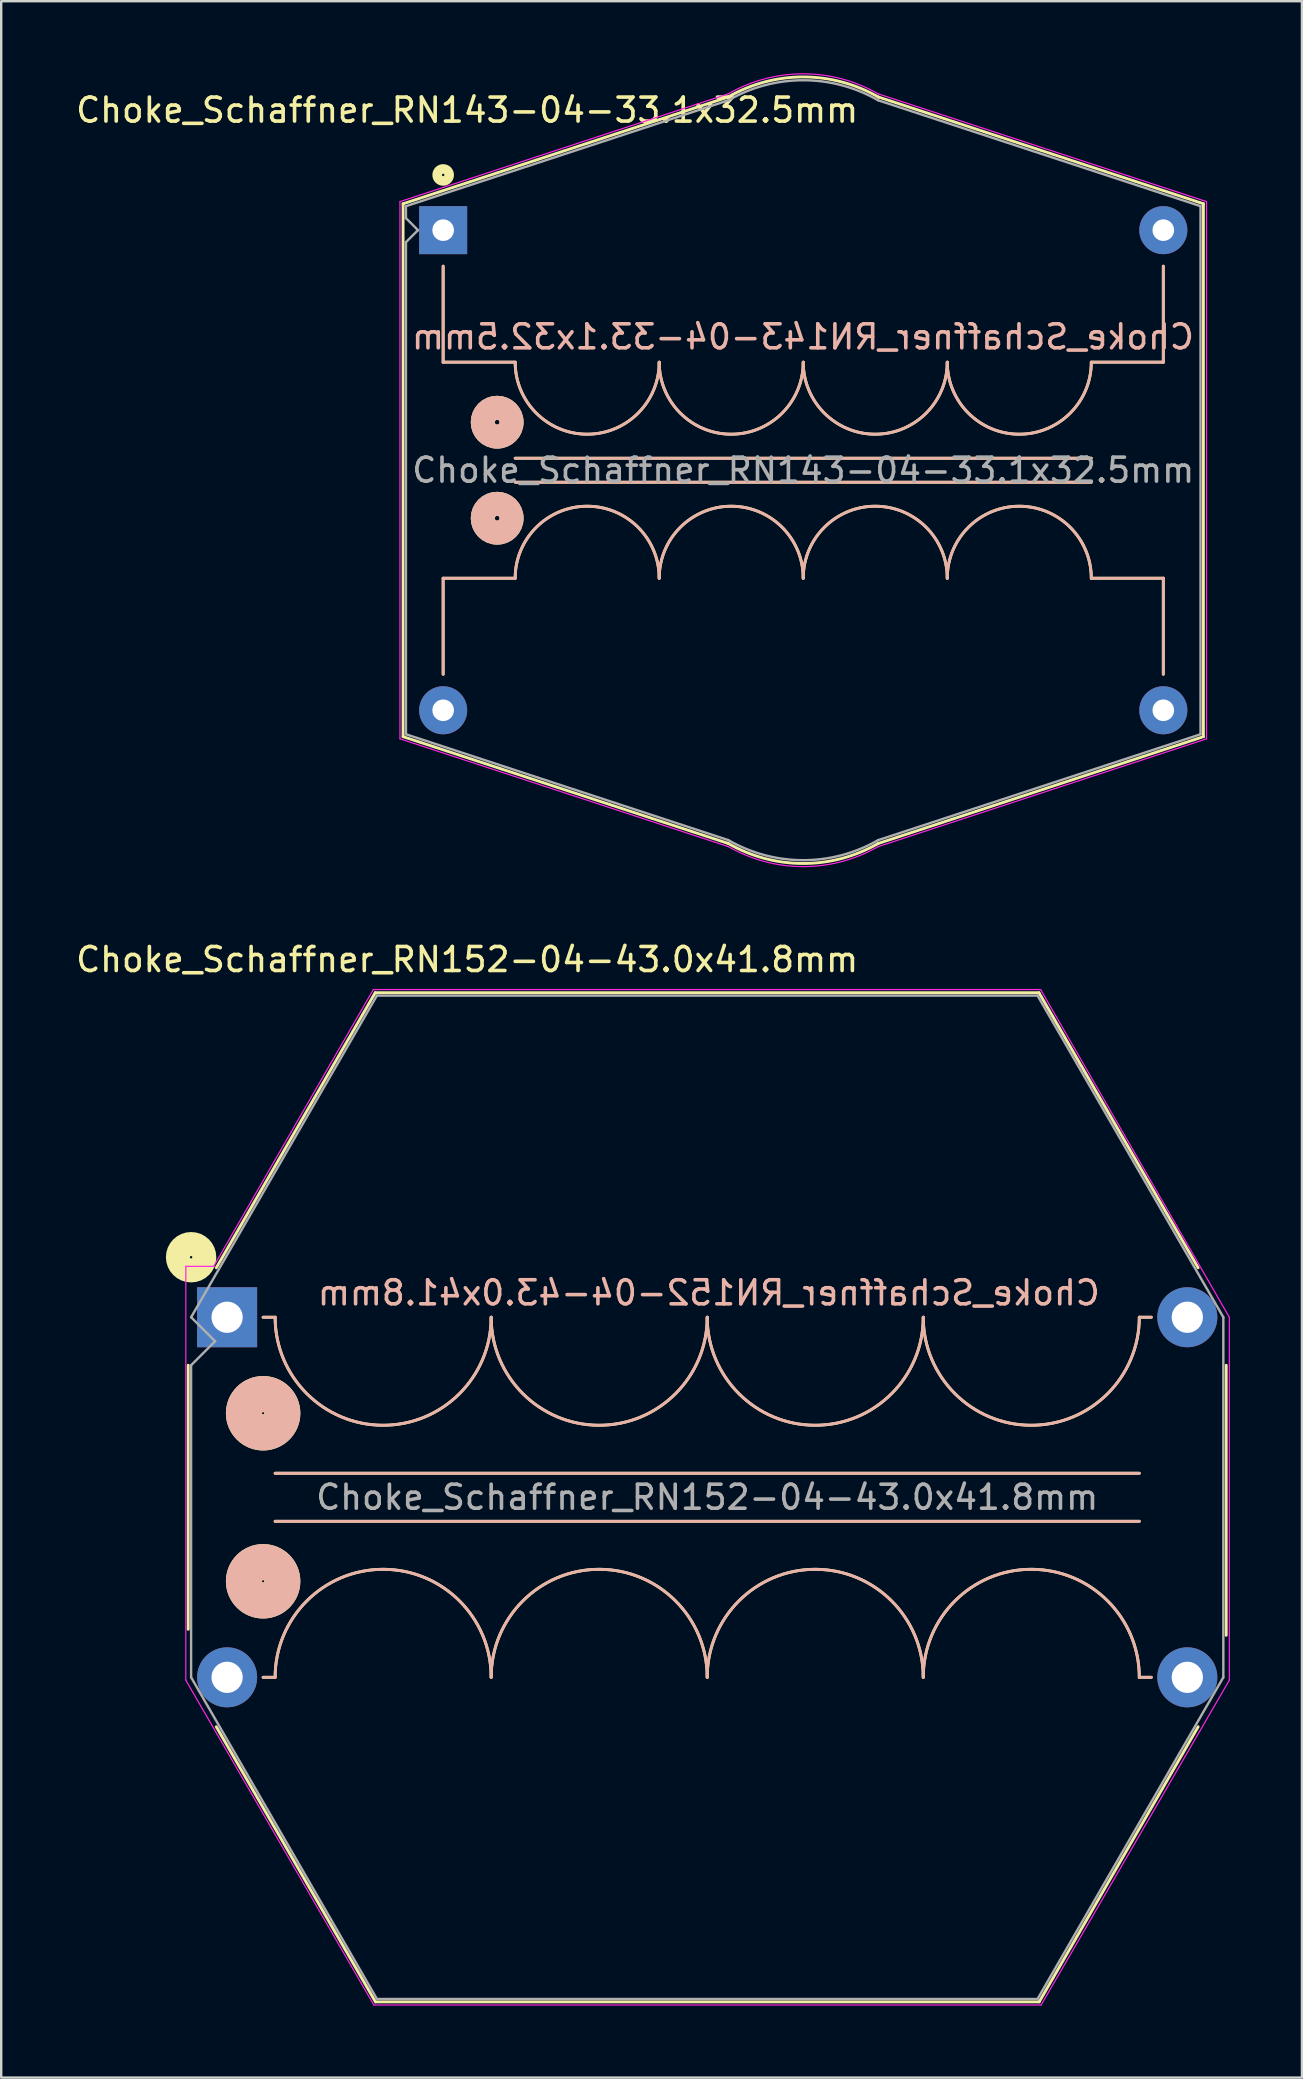
<source format=kicad_pcb>
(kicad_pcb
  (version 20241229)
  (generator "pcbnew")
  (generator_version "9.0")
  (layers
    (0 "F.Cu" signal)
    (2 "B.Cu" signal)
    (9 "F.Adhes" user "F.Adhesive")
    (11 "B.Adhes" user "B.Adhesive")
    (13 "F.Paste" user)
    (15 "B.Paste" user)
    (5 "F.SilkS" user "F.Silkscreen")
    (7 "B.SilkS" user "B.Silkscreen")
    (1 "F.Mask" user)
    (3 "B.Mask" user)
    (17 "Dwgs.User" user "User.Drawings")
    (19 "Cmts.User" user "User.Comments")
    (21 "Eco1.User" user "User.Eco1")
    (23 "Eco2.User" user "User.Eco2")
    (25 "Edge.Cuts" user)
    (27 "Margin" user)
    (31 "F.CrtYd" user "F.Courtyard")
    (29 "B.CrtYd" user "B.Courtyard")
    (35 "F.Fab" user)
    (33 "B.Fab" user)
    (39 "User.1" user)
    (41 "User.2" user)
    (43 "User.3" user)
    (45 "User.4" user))
  (footprint "Choke_Schaffner_RN143-04-33.1x32.5mm"
    (layer "F.Cu")
    (at 15.411 6.538)
    (property "Reference" "Choke_Schaffner_RN143-04-33.1x32.5mm" (at 1 -5 0) (layer "F.SilkS") (effects (font (size 1 1) (thickness 0.15))))
    (fp_line (start -1.67 -1.1) (end 11.88 -5.55) (stroke (width 0.12) (type solid)) (layer "F.SilkS"))
    (fp_line (start -1.67 21.1) (end -1.67 -1.1) (stroke (width 0.12) (type solid)) (layer "F.SilkS"))
    (fp_line (start 0 5.5) (end 0 1.5) (stroke (width 0.12) (type solid)) (layer "F.SilkS"))
    (fp_line (start 0 14.5) (end 0 18.5) (stroke (width 0.12) (type solid)) (layer "F.SilkS"))
    (fp_line (start 3 5.5) (end 0 5.5) (stroke (width 0.12) (type solid)) (layer "F.SilkS"))
    (fp_line (start 3 9.5) (end 27 9.5) (stroke (width 0.12) (type solid)) (layer "F.SilkS"))
    (fp_line (start 3 14.5) (end 0 14.5) (stroke (width 0.12) (type solid)) (layer "F.SilkS"))
    (fp_line (start 11.88 25.55) (end -1.67 21.1) (stroke (width 0.12) (type solid)) (layer "F.SilkS"))
    (fp_line (start 18.12 -5.55) (end 31.67 -1.1) (stroke (width 0.12) (type solid)) (layer "F.SilkS"))
    (fp_line (start 27 5.5) (end 30 5.5) (stroke (width 0.12) (type solid)) (layer "F.SilkS"))
    (fp_line (start 27 10.5) (end 3 10.5) (stroke (width 0.12) (type solid)) (layer "F.SilkS"))
    (fp_line (start 27 14.5) (end 30 14.5) (stroke (width 0.12) (type solid)) (layer "F.SilkS"))
    (fp_line (start 30 5.5) (end 30 1.5) (stroke (width 0.12) (type solid)) (layer "F.SilkS"))
    (fp_line (start 30 14.5) (end 30 18.5) (stroke (width 0.12) (type solid)) (layer "F.SilkS"))
    (fp_line (start 31.67 -1.1) (end 31.67 21.1) (stroke (width 0.12) (type solid)) (layer "F.SilkS"))
    (fp_line (start 31.67 21.1) (end 18.12 25.55) (stroke (width 0.12) (type solid)) (layer "F.SilkS"))
    (fp_arc (start 3 14.5) (mid 6 11.5) (end 9 14.5) (stroke (width 0.12) (type solid)) (layer "F.SilkS"))
    (fp_arc (start 9 5.5) (mid 6 8.5) (end 3 5.5) (stroke (width 0.12) (type solid)) (layer "F.SilkS"))
    (fp_arc (start 9 14.5) (mid 12 11.5) (end 15 14.5) (stroke (width 0.12) (type solid)) (layer "F.SilkS"))
    (fp_arc (start 11.88 -5.55) (mid 15.013001 -6.382518) (end 18.142518 -5.536999) (stroke (width 0.12) (type solid)) (layer "F.SilkS"))
    (fp_arc (start 15 5.5) (mid 12 8.5) (end 9 5.5) (stroke (width 0.12) (type solid)) (layer "F.SilkS"))
    (fp_arc (start 15 14.5) (mid 18 11.5) (end 21 14.5) (stroke (width 0.12) (type solid)) (layer "F.SilkS"))
    (fp_arc (start 18.12 25.55) (mid 14.986999 26.382518) (end 11.857482 25.536999) (stroke (width 0.12) (type solid)) (layer "F.SilkS"))
    (fp_arc (start 21 5.5) (mid 18 8.5) (end 15 5.5) (stroke (width 0.12) (type solid)) (layer "F.SilkS"))
    (fp_arc (start 21 14.5) (mid 24 11.5) (end 27 14.5) (stroke (width 0.12) (type solid)) (layer "F.SilkS"))
    (fp_arc (start 27 5.5) (mid 24 8.5) (end 21 5.5) (stroke (width 0.12) (type solid)) (layer "F.SilkS"))
    (fp_circle (center 0 -2.3) (end 0.05 -2.3) (stroke (width 0.4) (type solid)) (fill no) (layer "F.SilkS"))
    (fp_circle (center 2.25 8) (end 2.35 8) (stroke (width 1) (type solid)) (fill no) (layer "F.SilkS"))
    (fp_circle (center 2.25 12) (end 2.35 12) (stroke (width 1) (type solid)) (fill no) (layer "F.SilkS"))
    (fp_line (start 0 5.5) (end 0 1.5) (stroke (width 0.12) (type solid)) (layer "B.SilkS"))
    (fp_line (start 0 14.5) (end 0 18.5) (stroke (width 0.12) (type solid)) (layer "B.SilkS"))
    (fp_line (start 3 5.5) (end 0 5.5) (stroke (width 0.12) (type solid)) (layer "B.SilkS"))
    (fp_line (start 3 10.5) (end 27 10.5) (stroke (width 0.12) (type solid)) (layer "B.SilkS"))
    (fp_line (start 3 14.5) (end 0 14.5) (stroke (width 0.12) (type solid)) (layer "B.SilkS"))
    (fp_line (start 27 5.5) (end 30 5.5) (stroke (width 0.12) (type solid)) (layer "B.SilkS"))
    (fp_line (start 27 9.5) (end 3 9.5) (stroke (width 0.12) (type solid)) (layer "B.SilkS"))
    (fp_line (start 27 14.5) (end 30 14.5) (stroke (width 0.12) (type solid)) (layer "B.SilkS"))
    (fp_line (start 30 5.5) (end 30 1.5) (stroke (width 0.12) (type solid)) (layer "B.SilkS"))
    (fp_line (start 30 14.5) (end 30 18.5) (stroke (width 0.12) (type solid)) (layer "B.SilkS"))
    (fp_arc (start 3 14.5) (mid 6 11.5) (end 9 14.5) (stroke (width 0.12) (type solid)) (layer "B.SilkS"))
    (fp_arc (start 9 5.5) (mid 6 8.5) (end 3 5.5) (stroke (width 0.12) (type solid)) (layer "B.SilkS"))
    (fp_arc (start 9 14.5) (mid 12 11.5) (end 15 14.5) (stroke (width 0.12) (type solid)) (layer "B.SilkS"))
    (fp_arc (start 15 5.5) (mid 12 8.5) (end 9 5.5) (stroke (width 0.12) (type solid)) (layer "B.SilkS"))
    (fp_arc (start 15 14.5) (mid 18 11.5) (end 21 14.5) (stroke (width 0.12) (type solid)) (layer "B.SilkS"))
    (fp_arc (start 21 5.5) (mid 18 8.5) (end 15 5.5) (stroke (width 0.12) (type solid)) (layer "B.SilkS"))
    (fp_arc (start 21 14.5) (mid 24 11.5) (end 27 14.5) (stroke (width 0.12) (type solid)) (layer "B.SilkS"))
    (fp_arc (start 27 5.5) (mid 24 8.5) (end 21 5.5) (stroke (width 0.12) (type solid)) (layer "B.SilkS"))
    (fp_circle (center 2.25 8) (end 2.35 8) (stroke (width 1) (type solid)) (fill no) (layer "B.SilkS"))
    (fp_circle (center 2.25 12) (end 2.35 12) (stroke (width 1) (type solid)) (fill no) (layer "B.SilkS"))
    (fp_line (start -1.8 -1.19) (end 11.88 -5.68) (stroke (width 0.05) (type solid)) (layer "F.CrtYd"))
    (fp_line (start -1.8 21.19) (end -1.8 -1.19) (stroke (width 0.05) (type solid)) (layer "F.CrtYd"))
    (fp_line (start 11.88 25.68) (end -1.8 21.19) (stroke (width 0.05) (type solid)) (layer "F.CrtYd"))
    (fp_line (start 18.12 -5.68) (end 31.8 -1.19) (stroke (width 0.05) (type solid)) (layer "F.CrtYd"))
    (fp_line (start 31.8 -1.19) (end 31.8 21.19) (stroke (width 0.05) (type solid)) (layer "F.CrtYd"))
    (fp_line (start 31.8 21.19) (end 18.12 25.68) (stroke (width 0.05) (type solid)) (layer "F.CrtYd"))
    (fp_arc (start 11.88 -5.68) (mid 15.013001 -6.512518) (end 18.142518 -5.666999) (stroke (width 0.05) (type solid)) (layer "F.CrtYd"))
    (fp_arc (start 18.12 25.68) (mid 14.986999 26.512518) (end 11.857482 25.666999) (stroke (width 0.05) (type solid)) (layer "F.CrtYd"))
    (fp_line (start -1.55 -1) (end 11.88 -5.41) (stroke (width 0.1) (type solid)) (layer "F.Fab"))
    (fp_line (start -1.55 -0.5) (end -1.55 -1) (stroke (width 0.1) (type solid)) (layer "F.Fab"))
    (fp_line (start -1.55 0.5) (end -1.05 0) (stroke (width 0.1) (type solid)) (layer "F.Fab"))
    (fp_line (start -1.55 21) (end -1.55 0.5) (stroke (width 0.1) (type solid)) (layer "F.Fab"))
    (fp_line (start -1.05 0) (end -1.55 -0.5) (stroke (width 0.1) (type solid)) (layer "F.Fab"))
    (fp_line (start 11.88 25.41) (end -1.55 21) (stroke (width 0.1) (type solid)) (layer "F.Fab"))
    (fp_line (start 18.12 -5.41) (end 31.55 -1) (stroke (width 0.1) (type solid)) (layer "F.Fab"))
    (fp_line (start 31.55 -1) (end 31.55 21) (stroke (width 0.1) (type solid)) (layer "F.Fab"))
    (fp_line (start 31.55 21) (end 18.12 25.41) (stroke (width 0.1) (type solid)) (layer "F.Fab"))
    (fp_arc (start 11.88 -5.41) (mid 15.003001 -6.245197) (end 18.125197 -5.406999) (stroke (width 0.1) (type solid)) (layer "F.Fab"))
    (fp_arc (start 18.12 25.41) (mid 14.996999 26.245197) (end 11.874803 25.406999) (stroke (width 0.1) (type solid)) (layer "F.Fab"))
    (fp_text user "${REFERENCE}" (at 14.986 4.445 0) (layer "B.SilkS") (effects (font (size 1 1) (thickness 0.15)) (justify mirror)))
    (fp_text user "${REFERENCE}" (at 15 10 0) (layer "F.Fab") (effects (font (size 1 1) (thickness 0.15))))
    (pad "1" thru_hole rect (at 0 0) (size 2 2) (drill 0.9) (layers "*.Cu" "*.Mask"))
    (pad "2" thru_hole circle (at 30 0) (size 2 2) (drill 0.9) (layers "*.Cu" "*.Mask"))
    (pad "3" thru_hole circle (at 0 20) (size 2 2) (drill 0.9) (layers "*.Cu" "*.Mask"))
    (pad "4" thru_hole circle (at 30 20) (size 2 2) (drill 0.9) (layers "*.Cu" "*.Mask")))
  (footprint "Choke_Schaffner_RN152-04-43.0x41.8mm"
    (layer "F.Cu")
    (at 6.411 51.823)
    (property "Reference" "Choke_Schaffner_RN152-04-43.0x41.8mm" (at 10 -14.9 0) (layer "F.SilkS") (effects (font (size 1 1) (thickness 0.15))))
    (fp_line (start -1.62 13) (end -1.62 2) (stroke (width 0.12) (type solid)) (layer "F.SilkS"))
    (fp_line (start -0.45 -2.06) (end 6.17 -13.52) (stroke (width 0.12) (type solid)) (layer "F.SilkS"))
    (fp_line (start 2 0) (end 1.5 0) (stroke (width 0.12) (type solid)) (layer "F.SilkS"))
    (fp_line (start 2 8.5) (end 38 8.5) (stroke (width 0.12) (type solid)) (layer "F.SilkS"))
    (fp_line (start 2 15) (end 1.5 15) (stroke (width 0.12) (type solid)) (layer "F.SilkS"))
    (fp_line (start 6.17 -13.52) (end 33.82 -13.52) (stroke (width 0.12) (type solid)) (layer "F.SilkS"))
    (fp_line (start 6.18 28.52) (end -0.45 17.06) (stroke (width 0.12) (type solid)) (layer "F.SilkS"))
    (fp_line (start 33.82 -13.52) (end 40.45 -2.06) (stroke (width 0.12) (type solid)) (layer "F.SilkS"))
    (fp_line (start 33.83 28.52) (end 6.18 28.52) (stroke (width 0.12) (type solid)) (layer "F.SilkS"))
    (fp_line (start 38 0) (end 38.5 0) (stroke (width 0.12) (type solid)) (layer "F.SilkS"))
    (fp_line (start 38 6.5) (end 2 6.5) (stroke (width 0.12) (type solid)) (layer "F.SilkS"))
    (fp_line (start 38 15) (end 38.5 15) (stroke (width 0.12) (type solid)) (layer "F.SilkS"))
    (fp_line (start 40.45 17.06) (end 33.83 28.52) (stroke (width 0.12) (type solid)) (layer "F.SilkS"))
    (fp_line (start 41.62 2) (end 41.62 13.25) (stroke (width 0.12) (type solid)) (layer "F.SilkS"))
    (fp_arc (start 2 15) (mid 6.5 10.5) (end 11 15) (stroke (width 0.12) (type solid)) (layer "F.SilkS"))
    (fp_arc (start 11 0) (mid 6.5 4.5) (end 2 0) (stroke (width 0.12) (type solid)) (layer "F.SilkS"))
    (fp_arc (start 11 15) (mid 15.5 10.5) (end 20 15) (stroke (width 0.12) (type solid)) (layer "F.SilkS"))
    (fp_arc (start 20 0) (mid 15.5 4.5) (end 11 0) (stroke (width 0.12) (type solid)) (layer "F.SilkS"))
    (fp_arc (start 20 15) (mid 24.5 10.5) (end 29 15) (stroke (width 0.12) (type solid)) (layer "F.SilkS"))
    (fp_arc (start 29 0) (mid 24.5 4.5) (end 20 0) (stroke (width 0.12) (type solid)) (layer "F.SilkS"))
    (fp_arc (start 29 15) (mid 33.5 10.5) (end 38 15) (stroke (width 0.12) (type solid)) (layer "F.SilkS"))
    (fp_arc (start 38 0) (mid 33.5 4.5) (end 29 0) (stroke (width 0.12) (type solid)) (layer "F.SilkS"))
    (fp_circle (center -1.5 -2.5) (end -1.45 -2.5) (stroke (width 1) (type solid)) (fill no) (layer "F.SilkS"))
    (fp_circle (center 1.5 4) (end 1.55 4) (stroke (width 1.5) (type solid)) (fill no) (layer "F.SilkS"))
    (fp_circle (center 1.5 11) (end 1.55 11) (stroke (width 1.5) (type solid)) (fill no) (layer "F.SilkS"))
    (fp_line (start 2 0) (end 1.5 0) (stroke (width 0.12) (type solid)) (layer "B.SilkS"))
    (fp_line (start 2 6.5) (end 38 6.5) (stroke (width 0.12) (type solid)) (layer "B.SilkS"))
    (fp_line (start 2 15) (end 1.5 15) (stroke (width 0.12) (type solid)) (layer "B.SilkS"))
    (fp_line (start 38 0) (end 38.5 0) (stroke (width 0.12) (type solid)) (layer "B.SilkS"))
    (fp_line (start 38 8.5) (end 2 8.5) (stroke (width 0.12) (type solid)) (layer "B.SilkS"))
    (fp_line (start 38 15) (end 38.5 15) (stroke (width 0.12) (type solid)) (layer "B.SilkS"))
    (fp_arc (start 2 15) (mid 6.5 10.5) (end 11 15) (stroke (width 0.12) (type solid)) (layer "B.SilkS"))
    (fp_arc (start 11 0) (mid 6.5 4.5) (end 2 0) (stroke (width 0.12) (type solid)) (layer "B.SilkS"))
    (fp_arc (start 11 15) (mid 15.5 10.5) (end 20 15) (stroke (width 0.12) (type solid)) (layer "B.SilkS"))
    (fp_arc (start 20 0) (mid 15.5 4.5) (end 11 0) (stroke (width 0.12) (type solid)) (layer "B.SilkS"))
    (fp_arc (start 20 15) (mid 24.5 10.5) (end 29 15) (stroke (width 0.12) (type solid)) (layer "B.SilkS"))
    (fp_arc (start 29 0) (mid 24.5 4.5) (end 20 0) (stroke (width 0.12) (type solid)) (layer "B.SilkS"))
    (fp_arc (start 29 15) (mid 33.5 10.5) (end 38 15) (stroke (width 0.12) (type solid)) (layer "B.SilkS"))
    (fp_arc (start 38 0) (mid 33.5 4.5) (end 29 0) (stroke (width 0.12) (type solid)) (layer "B.SilkS"))
    (fp_circle (center 1.5 4) (end 1.55 4) (stroke (width 1.5) (type solid)) (fill no) (layer "B.SilkS"))
    (fp_circle (center 1.5 11) (end 1.55 11) (stroke (width 1.5) (type solid)) (fill no) (layer "B.SilkS"))
    (fp_line (start -1.72 -2.12) (end -0.56 -2.12) (stroke (width 0.05) (type solid)) (layer "F.CrtYd"))
    (fp_line (start -1.72 15.12) (end -1.72 -2.12) (stroke (width 0.05) (type solid)) (layer "F.CrtYd"))
    (fp_line (start -0.56 -2.12) (end 6.09 -13.65) (stroke (width 0.05) (type solid)) (layer "F.CrtYd"))
    (fp_line (start 6.09 -13.65) (end 33.89 -13.65) (stroke (width 0.05) (type solid)) (layer "F.CrtYd"))
    (fp_line (start 6.11 28.65) (end -1.72 15.12) (stroke (width 0.05) (type solid)) (layer "F.CrtYd"))
    (fp_line (start 33.89 -13.65) (end 41.75 0) (stroke (width 0.05) (type solid)) (layer "F.CrtYd"))
    (fp_line (start 33.91 28.65) (end 6.11 28.65) (stroke (width 0.05) (type solid)) (layer "F.CrtYd"))
    (fp_line (start 41.75 0) (end 41.75 15.12) (stroke (width 0.05) (type solid)) (layer "F.CrtYd"))
    (fp_line (start 41.75 15.12) (end 33.91 28.65) (stroke (width 0.05) (type solid)) (layer "F.CrtYd"))
    (fp_line (start -1.5 0) (end 6.24 -13.4) (stroke (width 0.1) (type solid)) (layer "F.Fab"))
    (fp_line (start -1.5 2) (end -0.5 1) (stroke (width 0.1) (type solid)) (layer "F.Fab"))
    (fp_line (start -1.5 15) (end -1.5 2) (stroke (width 0.1) (type solid)) (layer "F.Fab"))
    (fp_line (start -0.5 1) (end -1.5 0) (stroke (width 0.1) (type solid)) (layer "F.Fab"))
    (fp_line (start 6.24 -13.4) (end 33.76 -13.4) (stroke (width 0.1) (type solid)) (layer "F.Fab"))
    (fp_line (start 6.24 28.4) (end -1.5 15) (stroke (width 0.1) (type solid)) (layer "F.Fab"))
    (fp_line (start 33.76 -13.4) (end 41.5 0) (stroke (width 0.1) (type solid)) (layer "F.Fab"))
    (fp_line (start 33.76 28.4) (end 6.24 28.4) (stroke (width 0.1) (type solid)) (layer "F.Fab"))
    (fp_line (start 41.5 0) (end 41.5 15) (stroke (width 0.1) (type solid)) (layer "F.Fab"))
    (fp_line (start 41.5 15) (end 33.76 28.4) (stroke (width 0.1) (type solid)) (layer "F.Fab"))
    (fp_text user "${REFERENCE}" (at 20.066 -1.016 0) (layer "B.SilkS") (effects (font (size 1 1) (thickness 0.15)) (justify mirror)))
    (fp_text user "${REFERENCE}" (at 20 7.5 0) (layer "F.Fab") (effects (font (size 1 1) (thickness 0.15))))
    (pad "1" thru_hole rect (at 0 0) (size 2.5 2.5) (drill 1.3) (layers "*.Cu" "*.Mask"))
    (pad "2" thru_hole circle (at 40 0) (size 2.5 2.5) (drill 1.3) (layers "*.Cu" "*.Mask"))
    (pad "3" thru_hole circle (at 0 15) (size 2.5 2.5) (drill 1.3) (layers "*.Cu" "*.Mask"))
    (pad "4" thru_hole circle (at 40 15) (size 2.5 2.5) (drill 1.3) (layers "*.Cu" "*.Mask")))
  (gr_rect
    (start -3 -3)
    (end 51.186 83.498)
    (stroke (width 0.1) (type default))
    (fill no)
    (layer "Edge.Cuts")))
</source>
